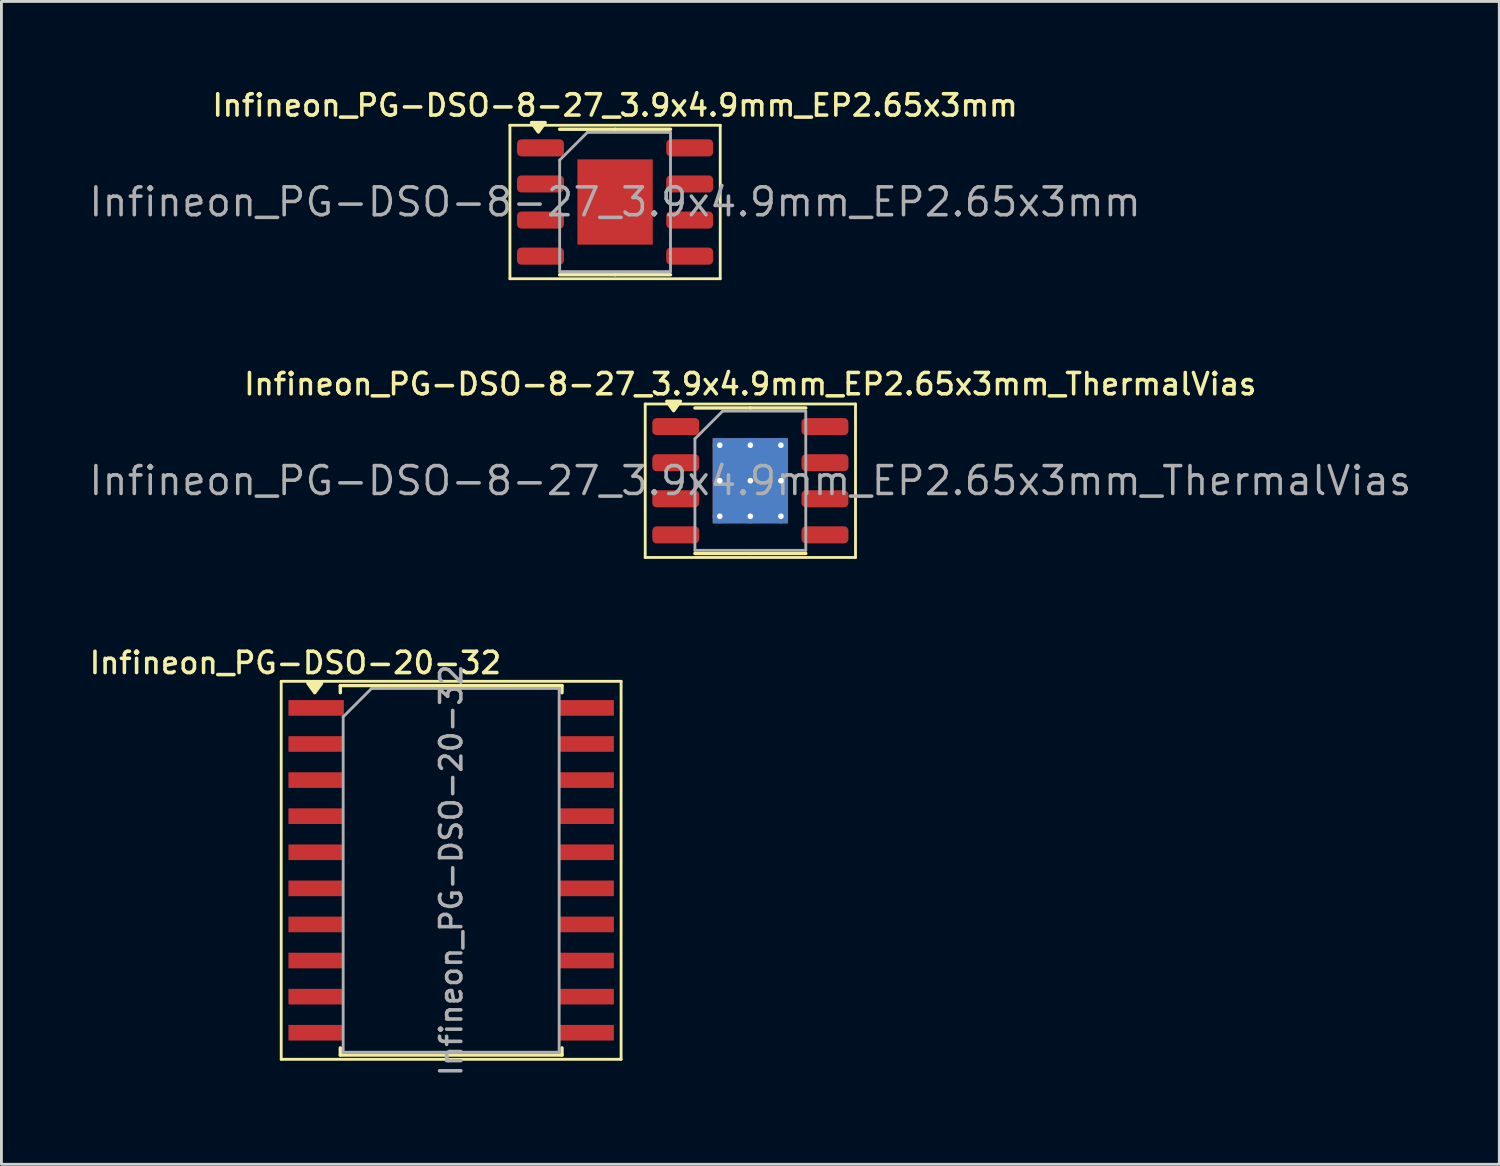
<source format=kicad_pcb>
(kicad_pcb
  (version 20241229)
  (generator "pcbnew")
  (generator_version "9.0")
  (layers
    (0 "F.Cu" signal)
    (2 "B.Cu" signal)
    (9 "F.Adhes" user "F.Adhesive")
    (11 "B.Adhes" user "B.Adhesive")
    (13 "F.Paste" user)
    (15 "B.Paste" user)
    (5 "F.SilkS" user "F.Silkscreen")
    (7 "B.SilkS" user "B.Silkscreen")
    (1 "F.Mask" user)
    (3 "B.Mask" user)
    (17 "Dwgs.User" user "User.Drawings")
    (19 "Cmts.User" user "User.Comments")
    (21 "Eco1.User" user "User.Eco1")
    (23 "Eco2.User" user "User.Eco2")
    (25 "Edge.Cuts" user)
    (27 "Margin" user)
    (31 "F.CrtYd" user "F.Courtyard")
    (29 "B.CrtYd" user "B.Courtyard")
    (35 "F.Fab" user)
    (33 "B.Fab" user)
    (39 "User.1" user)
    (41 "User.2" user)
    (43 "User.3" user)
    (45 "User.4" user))
  (footprint "Infineon_PG-DSO-8-27_3.9x4.9mm_EP2.65x3mm"
    (layer "F.Cu")
    (at 18.593 4.058)
    (property "Reference" "Infineon_PG-DSO-8-27_3.9x4.9mm_EP2.65x3mm" (at 0 -3.4 0) (layer "F.SilkS") (effects (font (size 0.75 0.75) (thickness 0.125))))
    (attr smd)
    (fp_line (start -3.7 -2.7) (end -3.7 2.7) (stroke (width 0.1) (type solid)) (layer "F.SilkS"))
    (fp_line (start -3.7 2.7) (end 3.7 2.7) (stroke (width 0.1) (type solid)) (layer "F.SilkS"))
    (fp_line (start 0 -2.56) (end -1.95 -2.56) (stroke (width 0.12) (type solid)) (layer "F.SilkS"))
    (fp_line (start 0 -2.56) (end 1.95 -2.56) (stroke (width 0.12) (type solid)) (layer "F.SilkS"))
    (fp_line (start 0 2.56) (end -1.95 2.56) (stroke (width 0.12) (type solid)) (layer "F.SilkS"))
    (fp_line (start 0 2.56) (end 1.95 2.56) (stroke (width 0.12) (type solid)) (layer "F.SilkS"))
    (fp_line (start 3.7 -2.7) (end -3.7 -2.7) (stroke (width 0.1) (type solid)) (layer "F.SilkS"))
    (fp_line (start 3.7 2.7) (end 3.7 -2.7) (stroke (width 0.1) (type solid)) (layer "F.SilkS"))
    (fp_poly (pts (xy -2.7 -2.465) (xy -2.94 -2.795) (xy -2.46 -2.795) (xy -2.7 -2.465)) (stroke (width 0.12) (type solid)) (fill yes) (layer "F.SilkS"))
    (fp_line (start -1.95 -1.475) (end -0.975 -2.45) (stroke (width 0.1) (type solid)) (layer "F.Fab"))
    (fp_line (start -1.95 2.45) (end -1.95 -1.475) (stroke (width 0.1) (type solid)) (layer "F.Fab"))
    (fp_line (start -0.975 -2.45) (end 1.95 -2.45) (stroke (width 0.1) (type solid)) (layer "F.Fab"))
    (fp_line (start 1.95 -2.45) (end 1.95 2.45) (stroke (width 0.1) (type solid)) (layer "F.Fab"))
    (fp_line (start 1.95 2.45) (end -1.95 2.45) (stroke (width 0.1) (type solid)) (layer "F.Fab"))
    (fp_text user "${REFERENCE}" (at 0 0 0) (layer "F.Fab") (effects (font (size 0.98 0.98) (thickness 0.125))))
    (pad "" smd roundrect (at -0.66 -0.75) (size 1.07 1.21) (layers "F.Paste") (roundrect_rratio 0.234))
    (pad "" smd roundrect (at -0.66 0.75) (size 1.07 1.21) (layers "F.Paste") (roundrect_rratio 0.234))
    (pad "" smd roundrect (at 0.66 -0.75) (size 1.07 1.21) (layers "F.Paste") (roundrect_rratio 0.234))
    (pad "" smd roundrect (at 0.66 0.75) (size 1.07 1.21) (layers "F.Paste") (roundrect_rratio 0.234))
    (pad "1" smd roundrect (at -2.625 -1.905) (size 1.65 0.6) (layers "F.Cu" "F.Mask" "F.Paste") (roundrect_rratio 0.25))
    (pad "2" smd roundrect (at -2.625 -0.635) (size 1.65 0.6) (layers "F.Cu" "F.Mask" "F.Paste") (roundrect_rratio 0.25))
    (pad "3" smd roundrect (at -2.625 0.635) (size 1.65 0.6) (layers "F.Cu" "F.Mask" "F.Paste") (roundrect_rratio 0.25))
    (pad "4" smd roundrect (at -2.625 1.905) (size 1.65 0.6) (layers "F.Cu" "F.Mask" "F.Paste") (roundrect_rratio 0.25))
    (pad "5" smd roundrect (at 2.625 1.905) (size 1.65 0.6) (layers "F.Cu" "F.Mask" "F.Paste") (roundrect_rratio 0.25))
    (pad "6" smd roundrect (at 2.625 0.635) (size 1.65 0.6) (layers "F.Cu" "F.Mask" "F.Paste") (roundrect_rratio 0.25))
    (pad "7" smd roundrect (at 2.625 -0.635) (size 1.65 0.6) (layers "F.Cu" "F.Mask" "F.Paste") (roundrect_rratio 0.25))
    (pad "8" smd roundrect (at 2.625 -1.905) (size 1.65 0.6) (layers "F.Cu" "F.Mask" "F.Paste") (roundrect_rratio 0.25))
    (pad "9" smd rect (at 0 0) (size 2.65 3) (property pad_prop_heatsink) (layers "F.Cu" "F.Mask")))
  (footprint "Infineon_PG-DSO-20-32"
    (layer "F.Cu")
    (at 12.825 27.574)
    (property "Reference" "Infineon_PG-DSO-20-32" (at -5.48 -7.3 0) (layer "F.SilkS") (effects (font (size 0.75 0.75) (thickness 0.125))))
    (attr smd)
    (fp_line (start -5.98 -6.65) (end 5.98 -6.65) (stroke (width 0.1) (type solid)) (layer "F.SilkS"))
    (fp_line (start -5.98 6.65) (end -5.98 -6.65) (stroke (width 0.1) (type solid)) (layer "F.SilkS"))
    (fp_line (start -5.98 6.65) (end 5.98 6.65) (stroke (width 0.1) (type solid)) (layer "F.SilkS"))
    (fp_line (start -3.9 -6.5) (end 3.9 -6.5) (stroke (width 0.12) (type solid)) (layer "F.SilkS"))
    (fp_line (start -3.9 -6.25) (end -3.9 -6.5) (stroke (width 0.12) (type solid)) (layer "F.SilkS"))
    (fp_line (start -3.9 6.5) (end -3.9 6.25) (stroke (width 0.12) (type solid)) (layer "F.SilkS"))
    (fp_line (start 3.9 -6.25) (end 3.9 -6.5) (stroke (width 0.12) (type solid)) (layer "F.SilkS"))
    (fp_line (start 3.9 6.5) (end -3.9 6.5) (stroke (width 0.12) (type solid)) (layer "F.SilkS"))
    (fp_line (start 3.9 6.5) (end 3.9 6.25) (stroke (width 0.12) (type solid)) (layer "F.SilkS"))
    (fp_line (start 5.98 6.65) (end 5.98 -6.65) (stroke (width 0.1) (type solid)) (layer "F.SilkS"))
    (fp_poly (pts (xy -4.8 -6.25) (xy -5.04 -6.58) (xy -4.56 -6.58) (xy -4.8 -6.25)) (stroke (width 0.12) (type solid)) (fill yes) (layer "F.SilkS"))
    (fp_line (start -3.8 -5.4) (end -2.8 -6.4) (stroke (width 0.1) (type solid)) (layer "F.Fab"))
    (fp_line (start -3.8 6.4) (end -3.8 -5.4) (stroke (width 0.1) (type solid)) (layer "F.Fab"))
    (fp_line (start -2.8 -6.4) (end 3.8 -6.4) (stroke (width 0.1) (type solid)) (layer "F.Fab"))
    (fp_line (start 3.8 -6.4) (end 3.8 6.4) (stroke (width 0.1) (type solid)) (layer "F.Fab"))
    (fp_line (start 3.8 6.4) (end -3.8 6.4) (stroke (width 0.1) (type solid)) (layer "F.Fab"))
    (fp_text user "${REFERENCE}" (at 0 0 90) (layer "F.Fab") (effects (font (size 0.75 0.75) (thickness 0.125))))
    (pad "1" smd rect (at -4.75 -5.715 90) (size 0.55 1.95) (layers "F.Cu" "F.Mask" "F.Paste"))
    (pad "2" smd rect (at -4.75 -4.445 90) (size 0.55 1.95) (layers "F.Cu" "F.Mask" "F.Paste"))
    (pad "3" smd rect (at -4.75 -3.175 90) (size 0.55 1.95) (layers "F.Cu" "F.Mask" "F.Paste"))
    (pad "4" smd rect (at -4.75 -1.905 90) (size 0.55 1.95) (layers "F.Cu" "F.Mask" "F.Paste"))
    (pad "5" smd rect (at -4.75 -0.635 90) (size 0.55 1.95) (layers "F.Cu" "F.Mask" "F.Paste"))
    (pad "6" smd rect (at -4.75 0.635 90) (size 0.55 1.95) (layers "F.Cu" "F.Mask" "F.Paste"))
    (pad "7" smd rect (at -4.75 1.905 90) (size 0.55 1.95) (layers "F.Cu" "F.Mask" "F.Paste"))
    (pad "8" smd rect (at -4.75 3.175 90) (size 0.55 1.95) (layers "F.Cu" "F.Mask" "F.Paste"))
    (pad "9" smd rect (at -4.75 4.445 90) (size 0.55 1.95) (layers "F.Cu" "F.Mask" "F.Paste"))
    (pad "10" smd rect (at -4.75 5.715 90) (size 0.55 1.95) (layers "F.Cu" "F.Mask" "F.Paste"))
    (pad "11" smd rect (at 4.75 5.715 90) (size 0.55 1.95) (layers "F.Cu" "F.Mask" "F.Paste"))
    (pad "12" smd rect (at 4.75 4.445 90) (size 0.55 1.95) (layers "F.Cu" "F.Mask" "F.Paste"))
    (pad "13" smd rect (at 4.75 3.175 90) (size 0.55 1.95) (layers "F.Cu" "F.Mask" "F.Paste"))
    (pad "14" smd rect (at 4.75 1.905 90) (size 0.55 1.95) (layers "F.Cu" "F.Mask" "F.Paste"))
    (pad "15" smd rect (at 4.75 0.635 90) (size 0.55 1.95) (layers "F.Cu" "F.Mask" "F.Paste"))
    (pad "16" smd rect (at 4.75 -0.635 90) (size 0.55 1.95) (layers "F.Cu" "F.Mask" "F.Paste"))
    (pad "17" smd rect (at 4.75 -1.905 90) (size 0.55 1.95) (layers "F.Cu" "F.Mask" "F.Paste"))
    (pad "18" smd rect (at 4.75 -3.175 90) (size 0.55 1.95) (layers "F.Cu" "F.Mask" "F.Paste"))
    (pad "19" smd rect (at 4.75 -4.445 90) (size 0.55 1.95) (layers "F.Cu" "F.Mask" "F.Paste"))
    (pad "20" smd rect (at 4.75 -5.715 90) (size 0.55 1.95) (layers "F.Cu" "F.Mask" "F.Paste")))
  (footprint "Infineon_PG-DSO-8-27_3.9x4.9mm_EP2.65x3mm_ThermalVias"
    (layer "F.Cu")
    (at 23.353 13.866)
    (property "Reference" "Infineon_PG-DSO-8-27_3.9x4.9mm_EP2.65x3mm_ThermalVias" (at 0 -3.4 0) (layer "F.SilkS") (effects (font (size 0.75 0.75) (thickness 0.125))))
    (attr smd)
    (fp_line (start -3.7 -2.7) (end -3.7 2.7) (stroke (width 0.1) (type solid)) (layer "F.SilkS"))
    (fp_line (start -3.7 2.7) (end 3.7 2.7) (stroke (width 0.1) (type solid)) (layer "F.SilkS"))
    (fp_line (start 0 -2.56) (end -1.95 -2.56) (stroke (width 0.12) (type solid)) (layer "F.SilkS"))
    (fp_line (start 0 -2.56) (end 1.95 -2.56) (stroke (width 0.12) (type solid)) (layer "F.SilkS"))
    (fp_line (start 0 2.56) (end -1.95 2.56) (stroke (width 0.12) (type solid)) (layer "F.SilkS"))
    (fp_line (start 0 2.56) (end 1.95 2.56) (stroke (width 0.12) (type solid)) (layer "F.SilkS"))
    (fp_line (start 3.7 -2.7) (end -3.7 -2.7) (stroke (width 0.1) (type solid)) (layer "F.SilkS"))
    (fp_line (start 3.7 2.7) (end 3.7 -2.7) (stroke (width 0.1) (type solid)) (layer "F.SilkS"))
    (fp_poly (pts (xy -2.7 -2.465) (xy -2.94 -2.795) (xy -2.46 -2.795) (xy -2.7 -2.465)) (stroke (width 0.12) (type solid)) (fill yes) (layer "F.SilkS"))
    (fp_line (start -1.95 -1.475) (end -0.975 -2.45) (stroke (width 0.1) (type solid)) (layer "F.Fab"))
    (fp_line (start -1.95 2.45) (end -1.95 -1.475) (stroke (width 0.1) (type solid)) (layer "F.Fab"))
    (fp_line (start -0.975 -2.45) (end 1.95 -2.45) (stroke (width 0.1) (type solid)) (layer "F.Fab"))
    (fp_line (start 1.95 -2.45) (end 1.95 2.45) (stroke (width 0.1) (type solid)) (layer "F.Fab"))
    (fp_line (start 1.95 2.45) (end -1.95 2.45) (stroke (width 0.1) (type solid)) (layer "F.Fab"))
    (fp_text user "${REFERENCE}" (at 0 0 0) (layer "F.Fab") (effects (font (size 0.98 0.98) (thickness 0.125))))
    (pad "" smd roundrect (at -0.66 -0.75) (size 1.11 1.25) (layers "F.Paste") (roundrect_rratio 0.225))
    (pad "" smd roundrect (at -0.66 0.75) (size 1.11 1.25) (layers "F.Paste") (roundrect_rratio 0.225))
    (pad "" smd roundrect (at 0.66 -0.75) (size 1.11 1.25) (layers "F.Paste") (roundrect_rratio 0.225))
    (pad "" smd roundrect (at 0.66 0.75) (size 1.11 1.25) (layers "F.Paste") (roundrect_rratio 0.225))
    (pad "1" smd roundrect (at -2.625 -1.905) (size 1.65 0.6) (layers "F.Cu" "F.Mask" "F.Paste") (roundrect_rratio 0.25))
    (pad "2" smd roundrect (at -2.625 -0.635) (size 1.65 0.6) (layers "F.Cu" "F.Mask" "F.Paste") (roundrect_rratio 0.25))
    (pad "3" smd roundrect (at -2.625 0.635) (size 1.65 0.6) (layers "F.Cu" "F.Mask" "F.Paste") (roundrect_rratio 0.25))
    (pad "4" smd roundrect (at -2.625 1.905) (size 1.65 0.6) (layers "F.Cu" "F.Mask" "F.Paste") (roundrect_rratio 0.25))
    (pad "5" smd roundrect (at 2.625 1.905) (size 1.65 0.6) (layers "F.Cu" "F.Mask" "F.Paste") (roundrect_rratio 0.25))
    (pad "6" smd roundrect (at 2.625 0.635) (size 1.65 0.6) (layers "F.Cu" "F.Mask" "F.Paste") (roundrect_rratio 0.25))
    (pad "7" smd roundrect (at 2.625 -0.635) (size 1.65 0.6) (layers "F.Cu" "F.Mask" "F.Paste") (roundrect_rratio 0.25))
    (pad "8" smd roundrect (at 2.625 -1.905) (size 1.65 0.6) (layers "F.Cu" "F.Mask" "F.Paste") (roundrect_rratio 0.25))
    (pad "9" thru_hole circle (at -1.075 -1.25) (size 0.5 0.5) (drill 0.2) (property pad_prop_heatsink) (layers "*.Cu"))
    (pad "9" thru_hole circle (at -1.075 0) (size 0.5 0.5) (drill 0.2) (property pad_prop_heatsink) (layers "*.Cu"))
    (pad "9" thru_hole circle (at -1.075 1.25) (size 0.5 0.5) (drill 0.2) (property pad_prop_heatsink) (layers "*.Cu"))
    (pad "9" thru_hole circle (at 0 -1.25) (size 0.5 0.5) (drill 0.2) (property pad_prop_heatsink) (layers "*.Cu"))
    (pad "9" thru_hole circle (at 0 0) (size 0.5 0.5) (drill 0.2) (property pad_prop_heatsink) (layers "*.Cu"))
    (pad "9" smd rect (at 0 0) (size 2.65 3) (property pad_prop_heatsink) (layers "F.Cu" "F.Mask"))
    (pad "9" smd rect (at 0 0) (size 2.65 3) (property pad_prop_heatsink) (layers "B.Cu"))
    (pad "9" thru_hole circle (at 0 1.25) (size 0.5 0.5) (drill 0.2) (property pad_prop_heatsink) (layers "*.Cu"))
    (pad "9" thru_hole circle (at 1.075 -1.25) (size 0.5 0.5) (drill 0.2) (property pad_prop_heatsink) (layers "*.Cu"))
    (pad "9" thru_hole circle (at 1.075 0) (size 0.5 0.5) (drill 0.2) (property pad_prop_heatsink) (layers "*.Cu"))
    (pad "9" thru_hole circle (at 1.075 1.25) (size 0.5 0.5) (drill 0.2) (property pad_prop_heatsink) (layers "*.Cu")))
  (gr_rect
    (start -3 -3)
    (end 49.706 37.919)
    (stroke (width 0.1) (type default))
    (fill no)
    (layer "Edge.Cuts")))
</source>
